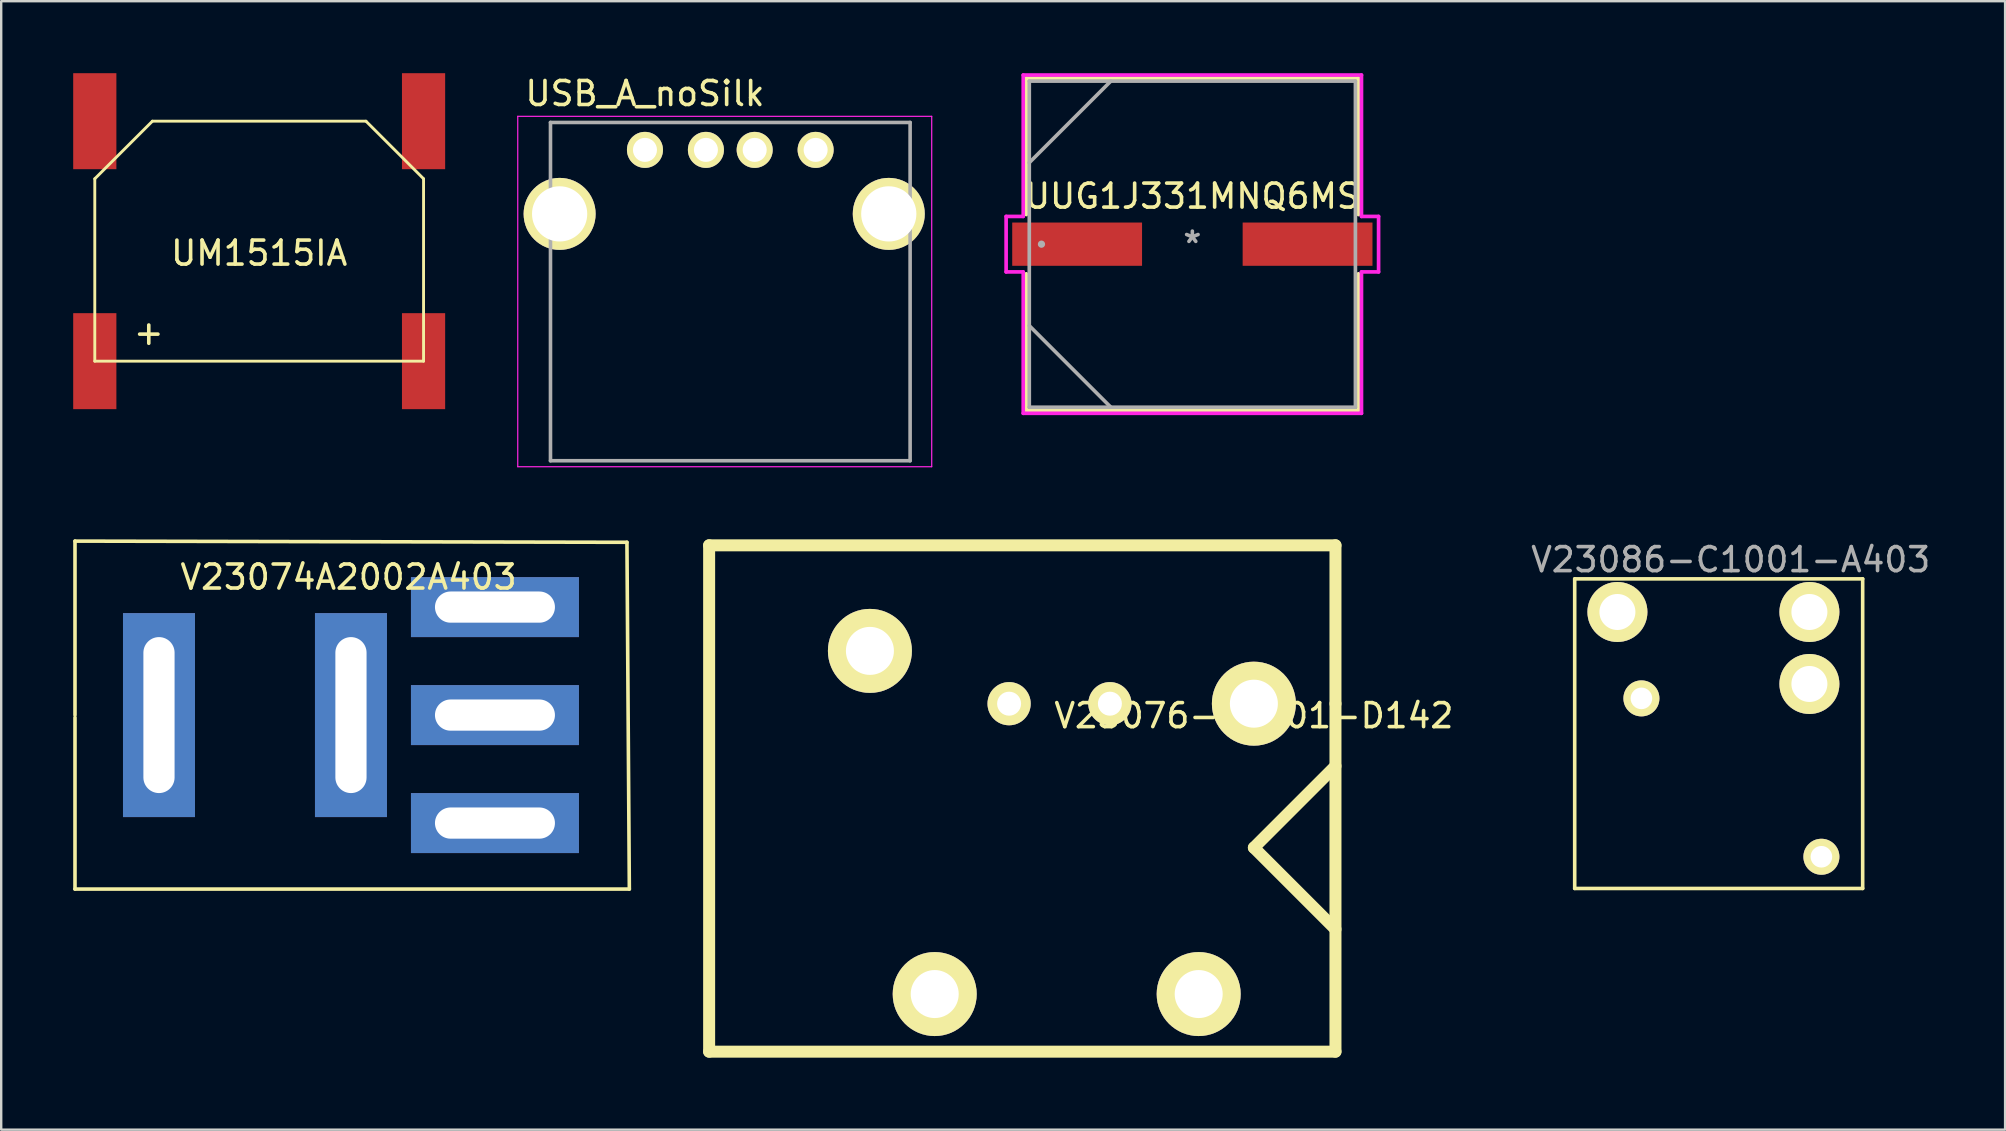
<source format=kicad_pcb>
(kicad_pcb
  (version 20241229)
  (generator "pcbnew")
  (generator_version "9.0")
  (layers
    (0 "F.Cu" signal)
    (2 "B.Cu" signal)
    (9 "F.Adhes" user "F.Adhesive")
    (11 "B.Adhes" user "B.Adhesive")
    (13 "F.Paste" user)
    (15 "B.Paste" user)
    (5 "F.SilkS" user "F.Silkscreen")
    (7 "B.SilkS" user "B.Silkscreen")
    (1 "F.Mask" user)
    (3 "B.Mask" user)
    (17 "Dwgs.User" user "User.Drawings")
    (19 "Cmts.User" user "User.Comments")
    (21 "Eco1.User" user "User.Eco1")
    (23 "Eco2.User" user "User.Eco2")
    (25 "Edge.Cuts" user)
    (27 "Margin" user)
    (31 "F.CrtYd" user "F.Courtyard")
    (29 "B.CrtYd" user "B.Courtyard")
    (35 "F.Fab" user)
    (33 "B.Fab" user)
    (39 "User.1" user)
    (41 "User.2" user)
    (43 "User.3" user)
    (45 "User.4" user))
  (footprint "UM1515IA"
    (layer "F.Cu")
    (at 7.75 7)
    (property "Reference" "UM1515IA" (at 0 0.5 0) (layer "F.SilkS") (effects (font (size 1 1) (thickness 0.15))))
    (attr through_hole)
    (fp_line (start -6.85 -2.6) (end -4.45 -5) (stroke (width 0.12) (type solid)) (layer "F.SilkS"))
    (fp_line (start -6.85 5) (end -6.85 -2.6) (stroke (width 0.12) (type solid)) (layer "F.SilkS"))
    (fp_line (start 4.45 -5) (end -4.45 -5) (stroke (width 0.12) (type solid)) (layer "F.SilkS"))
    (fp_line (start 4.45 -5) (end 6.85 -2.6) (stroke (width 0.12) (type solid)) (layer "F.SilkS"))
    (fp_line (start 6.85 -2.6) (end 6.85 5) (stroke (width 0.12) (type solid)) (layer "F.SilkS"))
    (fp_line (start 6.85 5) (end -6.85 5) (stroke (width 0.12) (type solid)) (layer "F.SilkS"))
    (fp_text user "+" (at -4.6 3.8 0) (layer "F.SilkS") (effects (font (size 1 1) (thickness 0.15))))
    (pad "" smd rect (at -6.85 -5) (size 1.8 4) (layers "F.Cu" "F.Mask" "F.Paste"))
    (pad "" smd rect (at 6.85 -5) (size 1.8 4) (layers "F.Cu" "F.Mask" "F.Paste"))
    (pad "1" smd rect (at -6.85 5) (size 1.8 4) (layers "F.Cu" "F.Mask" "F.Paste"))
    (pad "2" smd rect (at 6.85 5) (size 1.8 4) (layers "F.Cu" "F.Mask" "F.Paste")))
  (footprint "V23076-A3001-D142"
    (layer "F.Cu")
    (at 49.2 26.273)
    (property "Reference" "V23076-A3001-D142" (at 0 0.5 0) (layer "F.SilkS") (effects (font (size 1 1) (thickness 0.15))))
    (attr through_hole)
    (fp_line (start -22.7 -6.6) (end -22.7 14.5) (stroke (width 0.5) (type solid)) (layer "F.SilkS"))
    (fp_line (start 0 6) (end 3.4 2.6) (stroke (width 0.5) (type solid)) (layer "F.SilkS"))
    (fp_line (start 0 6) (end 3.4 9.4) (stroke (width 0.5) (type solid)) (layer "F.SilkS"))
    (fp_line (start 3.4 -6.6) (end -22.7 -6.6) (stroke (width 0.5) (type solid)) (layer "F.SilkS"))
    (fp_line (start 3.4 0) (end 3.4 -6.6) (stroke (width 0.5) (type solid)) (layer "F.SilkS"))
    (fp_line (start 3.4 0) (end 3.4 14.5) (stroke (width 0.5) (type solid)) (layer "F.SilkS"))
    (fp_line (start 3.4 14.5) (end -22.7 14.5) (stroke (width 0.5) (type solid)) (layer "F.SilkS"))
    (pad "1" thru_hole circle (at -6 0) (size 1.8 1.8) (drill 1) (layers "*.Cu" "*.Mask" "F.SilkS"))
    (pad "2" thru_hole circle (at -10.2 0) (size 1.8 1.8) (drill 1) (layers "*.Cu" "*.Mask" "F.SilkS"))
    (pad "4" thru_hole circle (at -16 -2.2) (size 3.5 3.5) (drill 2) (layers "*.Cu" "*.Mask" "F.SilkS"))
    (pad "4" thru_hole circle (at -13.3 12.1) (size 3.5 3.5) (drill 2) (layers "*.Cu" "*.Mask" "F.SilkS"))
    (pad "4" thru_hole circle (at -2.3 12.1) (size 3.5 3.5) (drill 2) (layers "*.Cu" "*.Mask" "F.SilkS"))
    (pad "5" thru_hole circle (at 0 0) (size 3.5 3.5) (drill 2) (layers "*.Cu" "*.Mask" "F.SilkS")))
  (footprint "V23086-C1001-A403"
    (layer "F.Cu")
    (at 62.569 21.072)
    (property "Reference" "V23086-C1001-A403" (at 6.5 -0.8 0) (layer "F.Fab") (effects (font (size 1 1) (thickness 0.15))))
    (attr through_hole)
    (fp_line (start 0 0) (end 0 12.9) (stroke (width 0.15) (type solid)) (layer "F.SilkS"))
    (fp_line (start 0 0) (end 12 0) (stroke (width 0.15) (type solid)) (layer "F.SilkS"))
    (fp_line (start 0 12.9) (end 12 12.9) (stroke (width 0.15) (type solid)) (layer "F.SilkS"))
    (fp_line (start 12 12.9) (end 12 0) (stroke (width 0.15) (type solid)) (layer "F.SilkS"))
    (pad "1" thru_hole circle (at 2.78 4.98) (size 1.5 1.5) (drill 0.9) (layers "*.Cu" "*.Mask" "F.SilkS"))
    (pad "2" thru_hole circle (at 10.28 11.58) (size 1.5 1.5) (drill 0.9) (layers "*.Cu" "*.Mask" "F.SilkS"))
    (pad "3" thru_hole circle (at 9.78 1.38) (size 2.5 2.5) (drill 1.5) (layers "*.Cu" "*.Mask" "F.SilkS"))
    (pad "4" thru_hole circle (at 1.78 1.38) (size 2.5 2.5) (drill 1.5) (layers "*.Cu" "*.Mask" "F.SilkS"))
    (pad "5" thru_hole circle (at 9.78 4.38) (size 2.5 2.5) (drill 1.5) (layers "*.Cu" "*.Mask" "F.SilkS")))
  (footprint "USB_A_noSilk"
    (layer "F.Cu")
    (at 23.825 3.198)
    (property "Reference" "USB_A_noSilk" (at 0 -2.35 0) (layer "F.SilkS") (effects (font (size 1 1) (thickness 0.15))))
    (attr through_hole)
    (fp_line (start -5.3 -1.4) (end 11.95 -1.4) (stroke (width 0.05) (type solid)) (layer "F.CrtYd"))
    (fp_line (start -5.3 13.2) (end -5.3 -1.4) (stroke (width 0.05) (type solid)) (layer "F.CrtYd"))
    (fp_line (start -5.3 13.2) (end 11.95 13.2) (stroke (width 0.05) (type solid)) (layer "F.CrtYd"))
    (fp_line (start 11.95 -1.4) (end 11.95 13.2) (stroke (width 0.05) (type solid)) (layer "F.CrtYd"))
    (fp_line (start -3.936 12.952) (end -3.936 -1.145) (stroke (width 0.15) (type solid)) (layer "F.Fab"))
    (fp_line (start 11.05 -1.145) (end -3.936 -1.145) (stroke (width 0.15) (type solid)) (layer "F.Fab"))
    (fp_line (start 11.05 -1.145) (end 11.05 12.952) (stroke (width 0.15) (type solid)) (layer "F.Fab"))
    (fp_line (start 11.05 12.952) (end -3.936 12.952) (stroke (width 0.15) (type solid)) (layer "F.Fab"))
    (pad "1" thru_hole circle (at 0.001 -0.002 270) (size 1.501 1.501) (drill 1.001) (layers "*.Cu" "*.Mask" "F.SilkS"))
    (pad "2" thru_hole circle (at 2.541 -0.002 270) (size 1.501 1.501) (drill 1.001) (layers "*.Cu" "*.Mask" "F.SilkS"))
    (pad "3" thru_hole circle (at 4.573 -0.002 270) (size 1.501 1.501) (drill 1.001) (layers "*.Cu" "*.Mask" "F.SilkS"))
    (pad "4" thru_hole circle (at 7.113 -0.002 270) (size 1.501 1.501) (drill 1.001) (layers "*.Cu" "*.Mask" "F.SilkS"))
    (pad "5" thru_hole circle (at -3.555 2.665 270) (size 3 3) (drill 2.301) (layers "*.Cu" "*.Mask" "F.SilkS"))
    (pad "5" thru_hole circle (at 10.161 2.665 270) (size 3 3) (drill 2.301) (layers "*.Cu" "*.Mask" "F.SilkS")))
  (footprint "V23074A2002A403"
    (layer "F.Cu")
    (at 11.575 26.748)
    (property "Reference" "V23074A2002A403" (at -0.1 -5.75 0) (layer "F.SilkS") (effects (font (size 1 1) (thickness 0.15))))
    (attr through_hole)
    (fp_line (start -11.5 -7.25) (end 11.5 -7.2) (stroke (width 0.15) (type solid)) (layer "F.SilkS"))
    (fp_line (start -11.5 0) (end -11.5 -7.25) (stroke (width 0.15) (type solid)) (layer "F.SilkS"))
    (fp_line (start -11.5 7.25) (end -11.5 0.1) (stroke (width 0.15) (type solid)) (layer "F.SilkS"))
    (fp_line (start 11.5 -7.2) (end 11.6 7.25) (stroke (width 0.15) (type solid)) (layer "F.SilkS"))
    (fp_line (start 11.6 7.25) (end -11.5 7.25) (stroke (width 0.15) (type solid)) (layer "F.SilkS"))
    (pad "1" thru_hole rect (at 6 4.5) (size 7 2.5) (drill oval 5 1.3) (layers "*.Cu" "*.Mask"))
    (pad "2" thru_hole rect (at 6 -4.5) (size 7 2.5) (drill oval 5 1.3) (layers "*.Cu" "*.Mask"))
    (pad "3" thru_hole rect (at -8 0 90) (size 8.5 3) (drill oval 6.5 1.3) (layers "*.Cu" "*.Mask"))
    (pad "4" thru_hole rect (at 6 0) (size 7 2.5) (drill oval 5 1.3) (layers "*.Cu" "*.Mask"))
    (pad "5" thru_hole rect (at 0 0 90) (size 8.5 3) (drill oval 6.5 1.3) (layers "*.Cu" "*.Mask")))
  (footprint "UUG1J331MNQ6MS"
    (layer "F.Cu")
    (at 46.636 7.125)
    (property "Reference" "UUG1J331MNQ6MS" (at 0 -2 0) (layer "F.SilkS") (effects (font (size 1 1) (thickness 0.15))))
    (attr through_hole)
    (fp_line (start -6.921 -6.921) (end -6.921 -1.234) (stroke (width 0.152) (type solid)) (layer "F.SilkS"))
    (fp_line (start -6.921 1.234) (end -6.921 6.921) (stroke (width 0.152) (type solid)) (layer "F.SilkS"))
    (fp_line (start -6.921 6.921) (end 6.921 6.921) (stroke (width 0.152) (type solid)) (layer "F.SilkS"))
    (fp_line (start 6.921 -6.921) (end -6.921 -6.921) (stroke (width 0.152) (type solid)) (layer "F.SilkS"))
    (fp_line (start 6.921 -1.234) (end 6.921 -6.921) (stroke (width 0.152) (type solid)) (layer "F.SilkS"))
    (fp_line (start 6.921 6.921) (end 6.921 1.234) (stroke (width 0.152) (type solid)) (layer "F.SilkS"))
    (fp_line (start -7.76 -1.156) (end -7.048 -1.156) (stroke (width 0.152) (type solid)) (layer "F.CrtYd"))
    (fp_line (start -7.76 1.156) (end -7.76 -1.156) (stroke (width 0.152) (type solid)) (layer "F.CrtYd"))
    (fp_line (start -7.048 -7.048) (end 7.048 -7.048) (stroke (width 0.152) (type solid)) (layer "F.CrtYd"))
    (fp_line (start -7.048 -1.156) (end -7.048 -7.048) (stroke (width 0.152) (type solid)) (layer "F.CrtYd"))
    (fp_line (start -7.048 1.156) (end -7.76 1.156) (stroke (width 0.152) (type solid)) (layer "F.CrtYd"))
    (fp_line (start -7.048 7.048) (end -7.048 1.156) (stroke (width 0.152) (type solid)) (layer "F.CrtYd"))
    (fp_line (start 7.048 -7.048) (end 7.048 -1.156) (stroke (width 0.152) (type solid)) (layer "F.CrtYd"))
    (fp_line (start 7.048 -1.156) (end 7.76 -1.156) (stroke (width 0.152) (type solid)) (layer "F.CrtYd"))
    (fp_line (start 7.048 1.156) (end 7.048 7.048) (stroke (width 0.152) (type solid)) (layer "F.CrtYd"))
    (fp_line (start 7.048 7.048) (end -7.048 7.048) (stroke (width 0.152) (type solid)) (layer "F.CrtYd"))
    (fp_line (start 7.76 -1.156) (end 7.76 1.156) (stroke (width 0.152) (type solid)) (layer "F.CrtYd"))
    (fp_line (start 7.76 1.156) (end 7.048 1.156) (stroke (width 0.152) (type solid)) (layer "F.CrtYd"))
    (fp_line (start -6.795 -6.795) (end -6.795 6.795) (stroke (width 0.152) (type solid)) (layer "F.Fab"))
    (fp_line (start -6.795 -3.397) (end -3.397 -6.795) (stroke (width 0.152) (type solid)) (layer "F.Fab"))
    (fp_line (start -6.795 3.397) (end -3.397 6.795) (stroke (width 0.152) (type solid)) (layer "F.Fab"))
    (fp_line (start -6.795 6.795) (end 6.795 6.795) (stroke (width 0.152) (type solid)) (layer "F.Fab"))
    (fp_line (start 6.795 -6.795) (end -6.795 -6.795) (stroke (width 0.152) (type solid)) (layer "F.Fab"))
    (fp_line (start 6.795 6.795) (end 6.795 -6.795) (stroke (width 0.152) (type solid)) (layer "F.Fab"))
    (fp_circle (center -6.287 0) (end -6.287 0) (stroke (width 0.152) (type solid)) (fill no) (layer "F.Fab"))
    (fp_text user "Copyright 2016 Accelerated Designs. All rights reserved." (at 0 0 0) (layer "Cmts.User") (effects (font (size 0.127 0.127) (thickness 0.002))))
    (fp_text user "*" (at 0 0 0) (layer "F.Fab") (effects (font (size 1 1) (thickness 0.15))))
    (pad "1" smd rect (at -4.801 0) (size 5.41 1.803) (layers "F.Cu" "F.Mask" "F.Paste"))
    (pad "2" smd rect (at 4.801 0) (size 5.41 1.803) (layers "F.Cu" "F.Mask" "F.Paste")))
  (gr_rect
    (start -3 -3)
    (end 80.504 44.023)
    (stroke (width 0.1) (type default))
    (fill no)
    (layer "Edge.Cuts")))
</source>
